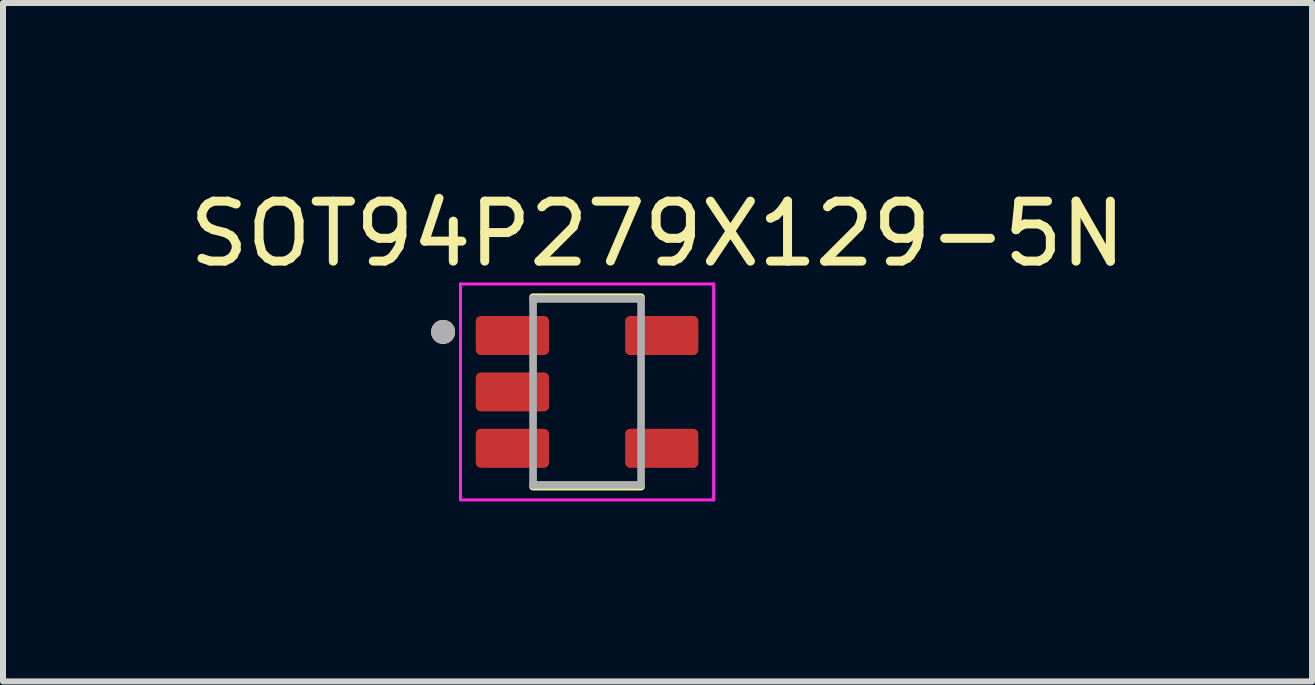
<source format=kicad_pcb>
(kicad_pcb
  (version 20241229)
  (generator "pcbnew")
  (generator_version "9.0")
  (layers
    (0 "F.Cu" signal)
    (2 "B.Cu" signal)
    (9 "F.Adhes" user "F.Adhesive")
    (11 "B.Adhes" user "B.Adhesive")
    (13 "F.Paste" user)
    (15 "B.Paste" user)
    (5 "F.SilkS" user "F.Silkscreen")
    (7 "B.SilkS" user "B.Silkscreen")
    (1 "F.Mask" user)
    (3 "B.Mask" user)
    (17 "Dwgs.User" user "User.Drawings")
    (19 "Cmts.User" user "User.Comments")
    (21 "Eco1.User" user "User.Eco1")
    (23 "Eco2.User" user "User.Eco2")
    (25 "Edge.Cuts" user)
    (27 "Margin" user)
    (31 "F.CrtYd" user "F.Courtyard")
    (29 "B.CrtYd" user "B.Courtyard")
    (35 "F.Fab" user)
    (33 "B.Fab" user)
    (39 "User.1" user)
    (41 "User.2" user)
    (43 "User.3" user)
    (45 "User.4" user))
  (footprint "SOT94P279X129-5N"
    (layer "F.Cu")
    (at 6.736 3.483)
    (property "Reference" "SOT94P279X129-5N" (at 1.175 -2.635 0) (layer "F.SilkS") (effects (font (size 1 1) (thickness 0.15))))
    (attr smd)
    (fp_line (start -0.9 -1.579) (end 0.9 -1.579) (stroke (width 0.127) (type solid)) (layer "F.SilkS"))
    (fp_line (start -0.9 1.579) (end 0.9 1.579) (stroke (width 0.127) (type solid)) (layer "F.SilkS"))
    (fp_circle (center -2.4 -1) (end -2.3 -1) (stroke (width 0.2) (type solid)) (fill no) (layer "F.SilkS"))
    (fp_line (start -2.11 -1.8) (end 2.11 -1.8) (stroke (width 0.05) (type solid)) (layer "F.CrtYd"))
    (fp_line (start -2.11 1.8) (end -2.11 -1.8) (stroke (width 0.05) (type solid)) (layer "F.CrtYd"))
    (fp_line (start 2.11 -1.8) (end 2.11 1.8) (stroke (width 0.05) (type solid)) (layer "F.CrtYd"))
    (fp_line (start 2.11 1.8) (end -2.11 1.8) (stroke (width 0.05) (type solid)) (layer "F.CrtYd"))
    (fp_line (start -0.9 -1.55) (end 0.9 -1.55) (stroke (width 0.127) (type solid)) (layer "F.Fab"))
    (fp_line (start -0.9 1.55) (end -0.9 -1.55) (stroke (width 0.127) (type solid)) (layer "F.Fab"))
    (fp_line (start 0.9 -1.55) (end 0.9 1.55) (stroke (width 0.127) (type solid)) (layer "F.Fab"))
    (fp_line (start 0.9 1.55) (end -0.9 1.55) (stroke (width 0.127) (type solid)) (layer "F.Fab"))
    (fp_circle (center -2.4 -1) (end -2.3 -1) (stroke (width 0.2) (type solid)) (fill no) (layer "F.Fab"))
    (pad "1" smd roundrect (at -1.245 -0.94) (size 1.22 0.65) (layers "F.Cu" "F.Mask" "F.Paste") (roundrect_rratio 0.125))
    (pad "2" smd roundrect (at -1.245 0) (size 1.22 0.65) (layers "F.Cu" "F.Mask" "F.Paste") (roundrect_rratio 0.125))
    (pad "3" smd roundrect (at -1.245 0.94) (size 1.22 0.65) (layers "F.Cu" "F.Mask" "F.Paste") (roundrect_rratio 0.125))
    (pad "4" smd roundrect (at 1.245 0.94) (size 1.22 0.65) (layers "F.Cu" "F.Mask" "F.Paste") (roundrect_rratio 0.125))
    (pad "5" smd roundrect (at 1.245 -0.94) (size 1.22 0.65) (layers "F.Cu" "F.Mask" "F.Paste") (roundrect_rratio 0.125)))
  (gr_rect
    (start -3 -3)
    (end 18.821 8.308)
    (stroke (width 0.1) (type default))
    (fill no)
    (layer "Edge.Cuts")))
</source>
